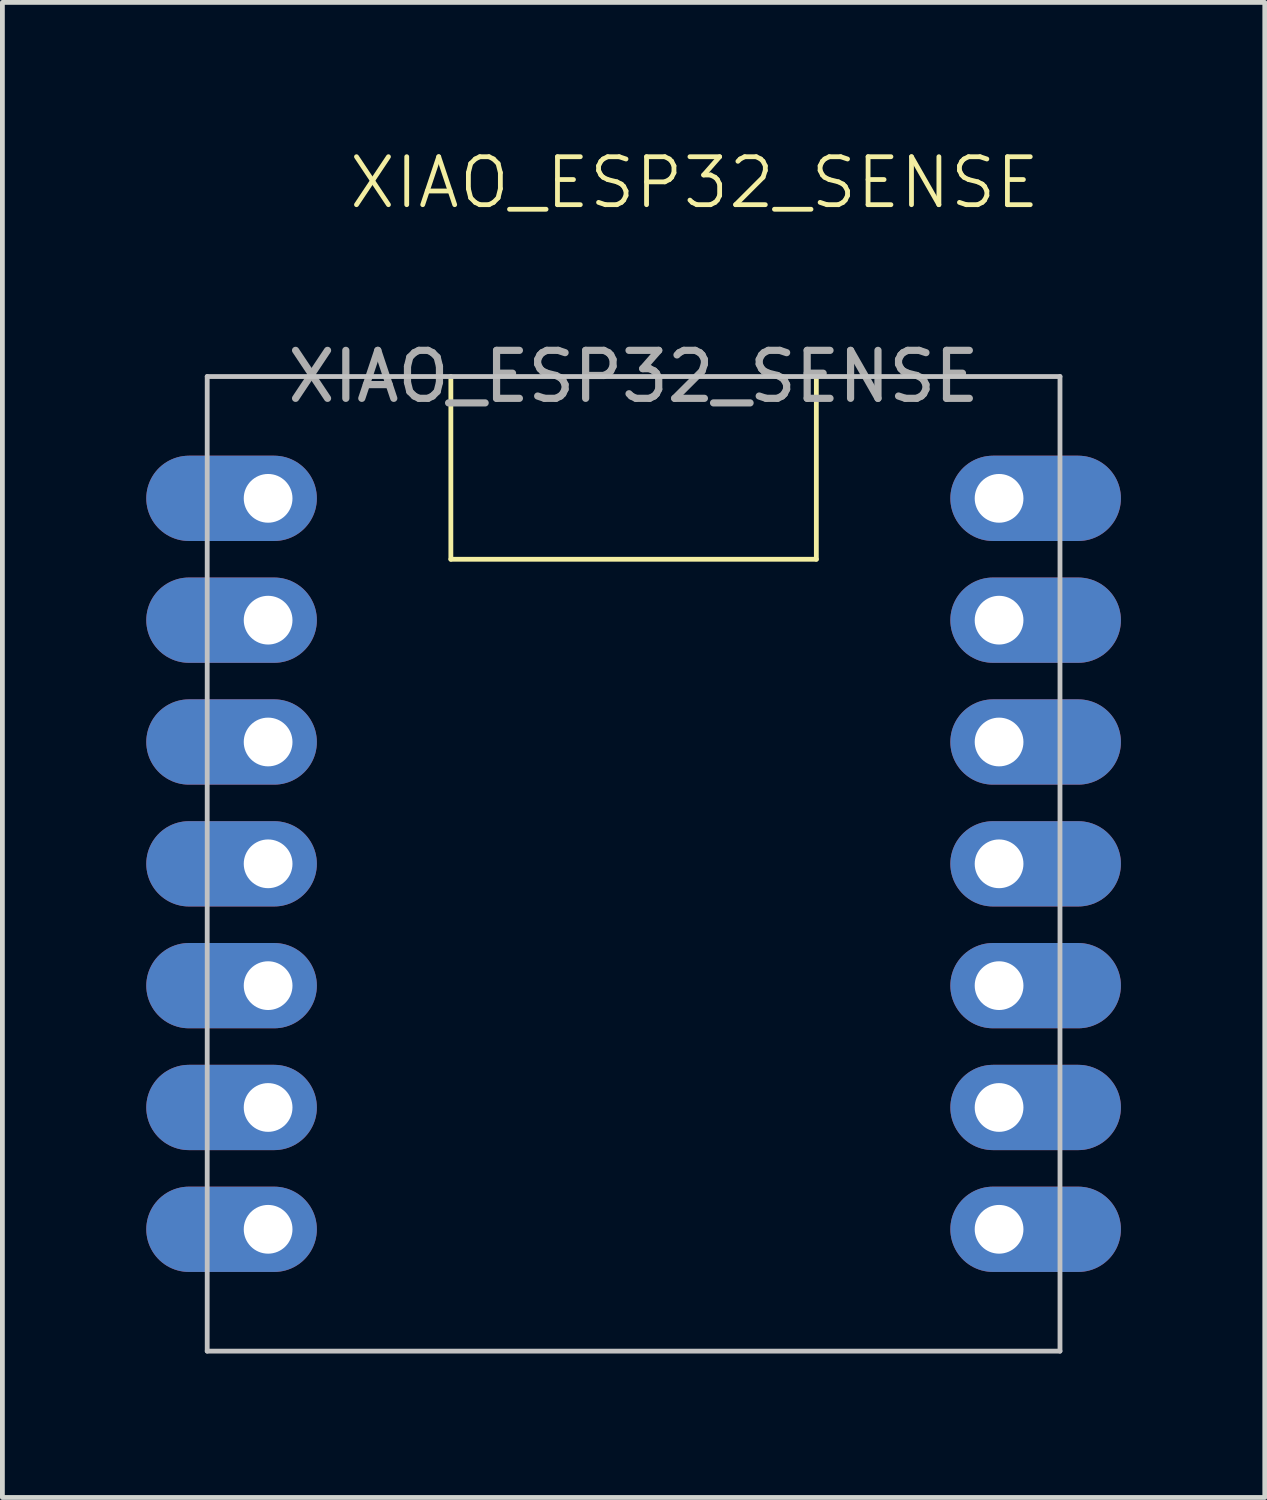
<source format=kicad_pcb>
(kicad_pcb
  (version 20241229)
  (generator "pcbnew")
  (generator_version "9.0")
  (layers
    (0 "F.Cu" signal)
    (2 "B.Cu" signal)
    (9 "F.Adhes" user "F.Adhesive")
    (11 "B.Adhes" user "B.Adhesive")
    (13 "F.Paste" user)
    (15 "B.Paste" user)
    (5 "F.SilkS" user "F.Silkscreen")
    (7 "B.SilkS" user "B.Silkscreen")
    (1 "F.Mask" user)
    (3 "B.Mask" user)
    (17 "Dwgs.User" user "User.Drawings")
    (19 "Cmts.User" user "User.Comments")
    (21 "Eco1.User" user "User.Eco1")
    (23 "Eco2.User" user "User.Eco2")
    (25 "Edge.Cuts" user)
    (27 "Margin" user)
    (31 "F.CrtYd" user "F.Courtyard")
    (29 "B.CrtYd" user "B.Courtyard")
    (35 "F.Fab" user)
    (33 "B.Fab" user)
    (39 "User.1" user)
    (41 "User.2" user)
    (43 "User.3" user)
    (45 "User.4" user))
  (footprint "XIAO_ESP32_SENSE"
    (layer "F.Cu")
    (at 10.16 14.96)
    (property "Reference" "XIAO_ESP32_SENSE" (at 1.27 -14.2 0) (unlocked yes) (layer "F.SilkS") (effects (font (size 1 1) (thickness 0.1))))
    (attr through_hole)
    (fp_line (start -3.81 -10.16) (end -3.81 -6.35) (stroke (width 0.1) (type default)) (layer "F.SilkS"))
    (fp_line (start -3.81 -6.35) (end 3.81 -6.35) (stroke (width 0.1) (type default)) (layer "F.SilkS"))
    (fp_line (start 3.81 -6.35) (end 3.81 -10.16) (stroke (width 0.1) (type default)) (layer "F.SilkS"))
    (fp_line (start -8.89 -10.16) (end -8.89 10.16) (stroke (width 0.1) (type default)) (layer "Dwgs.User"))
    (fp_line (start -8.89 10.16) (end 8.89 10.16) (stroke (width 0.1) (type default)) (layer "Dwgs.User"))
    (fp_line (start 8.89 -10.16) (end -8.89 -10.16) (stroke (width 0.1) (type default)) (layer "Dwgs.User"))
    (fp_line (start 8.89 10.16) (end 8.89 -10.16) (stroke (width 0.1) (type default)) (layer "Dwgs.User"))
    (fp_text user "${REFERENCE}" (at 0 -10.16 0) (unlocked yes) (layer "F.Fab") (effects (font (size 1 1) (thickness 0.15))))
    (pad "1" thru_hole oval (at -7.62 -7.62) (size 3.556 1.778) (drill 1.016 (offset -0.762 0)) (layers "*.Cu" "*.Mask"))
    (pad "2" thru_hole oval (at -7.62 -5.08) (size 3.556 1.778) (drill 1.016 (offset -0.762 0)) (layers "*.Cu" "*.Mask"))
    (pad "3" thru_hole oval (at -7.62 -2.54) (size 3.556 1.778) (drill 1.016 (offset -0.762 0)) (layers "*.Cu" "*.Mask"))
    (pad "4" thru_hole oval (at -7.62 0) (size 3.556 1.778) (drill 1.016 (offset -0.762 0)) (layers "*.Cu" "*.Mask"))
    (pad "5" thru_hole oval (at -7.62 2.54) (size 3.556 1.778) (drill 1.016 (offset -0.762 0)) (layers "*.Cu" "*.Mask"))
    (pad "6" thru_hole oval (at -7.62 5.08) (size 3.556 1.778) (drill 1.016 (offset -0.762 0)) (layers "*.Cu" "*.Mask"))
    (pad "7" thru_hole oval (at -7.62 7.62) (size 3.556 1.778) (drill 1.016 (offset -0.762 0)) (layers "*.Cu" "*.Mask"))
    (pad "8" thru_hole oval (at 7.62 -7.62) (size 3.556 1.778) (drill 1.016 (offset 0.762 0)) (layers "*.Cu" "*.Mask"))
    (pad "9" thru_hole oval (at 7.62 -5.08) (size 3.556 1.778) (drill 1.016 (offset 0.762 0)) (layers "*.Cu" "*.Mask"))
    (pad "10" thru_hole oval (at 7.62 -2.54) (size 3.556 1.778) (drill 1.016 (offset 0.762 0)) (layers "*.Cu" "*.Mask"))
    (pad "11" thru_hole oval (at 7.62 0) (size 3.556 1.778) (drill 1.016 (offset 0.762 0)) (layers "*.Cu" "*.Mask"))
    (pad "12" thru_hole oval (at 7.62 2.54) (size 3.556 1.778) (drill 1.016 (offset 0.762 0)) (layers "*.Cu" "*.Mask"))
    (pad "13" thru_hole oval (at 7.62 5.08) (size 3.556 1.778) (drill 1.016 (offset 0.762 0)) (layers "*.Cu" "*.Mask"))
    (pad "14" thru_hole oval (at 7.62 7.62) (size 3.556 1.778) (drill 1.016 (offset 0.762 0)) (layers "*.Cu" "*.Mask")))
  (gr_rect
    (start -3 -3)
    (end 23.32 28.171)
    (stroke (width 0.1) (type default))
    (fill no)
    (layer "Edge.Cuts")))
</source>
